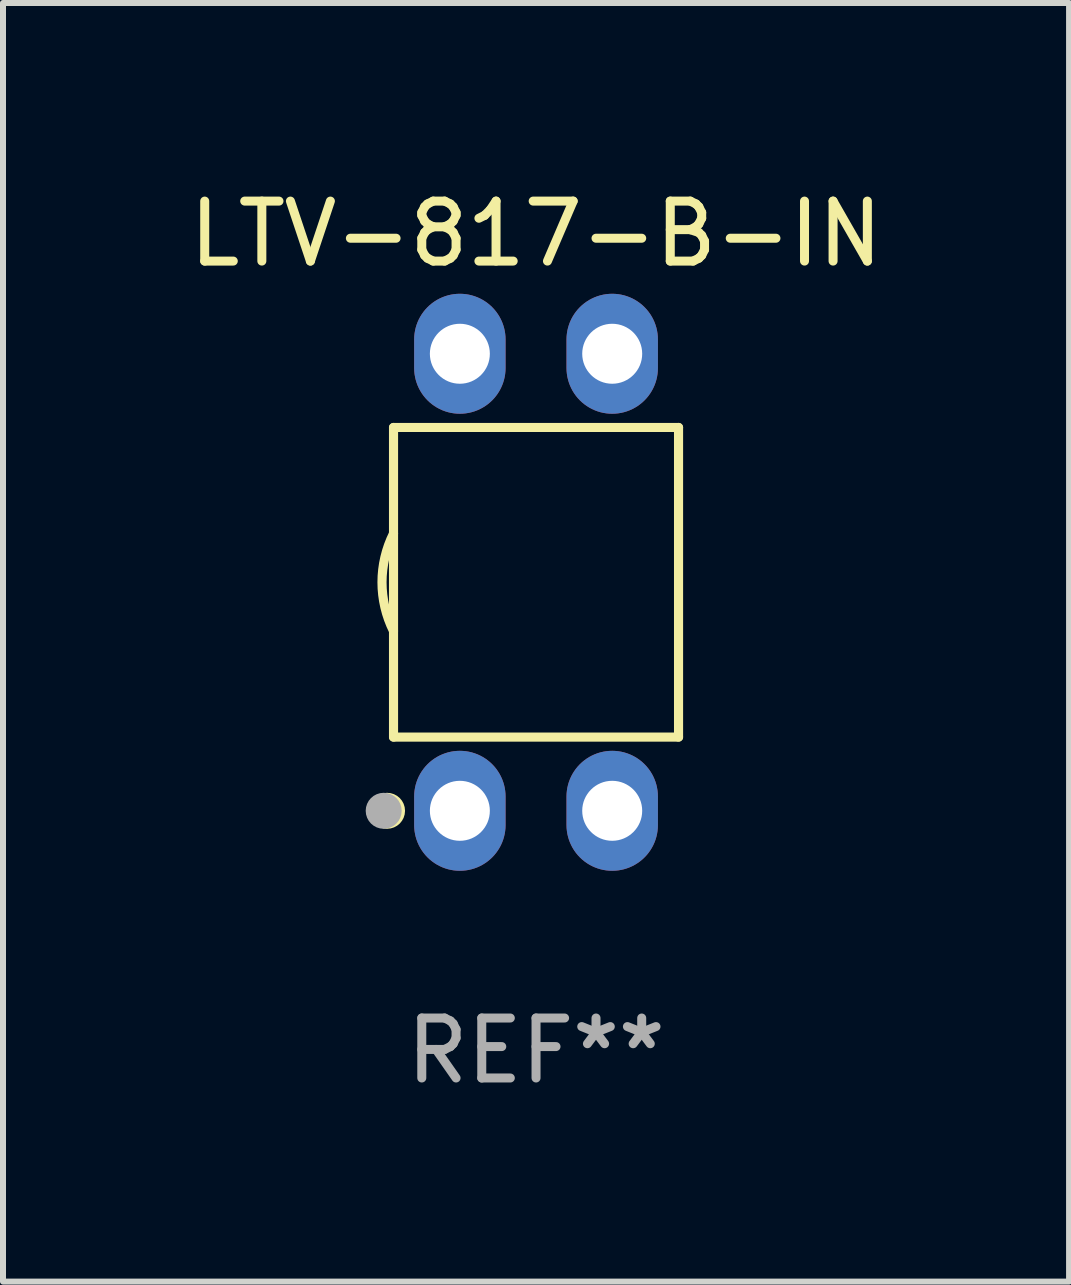
<source format=kicad_pcb>
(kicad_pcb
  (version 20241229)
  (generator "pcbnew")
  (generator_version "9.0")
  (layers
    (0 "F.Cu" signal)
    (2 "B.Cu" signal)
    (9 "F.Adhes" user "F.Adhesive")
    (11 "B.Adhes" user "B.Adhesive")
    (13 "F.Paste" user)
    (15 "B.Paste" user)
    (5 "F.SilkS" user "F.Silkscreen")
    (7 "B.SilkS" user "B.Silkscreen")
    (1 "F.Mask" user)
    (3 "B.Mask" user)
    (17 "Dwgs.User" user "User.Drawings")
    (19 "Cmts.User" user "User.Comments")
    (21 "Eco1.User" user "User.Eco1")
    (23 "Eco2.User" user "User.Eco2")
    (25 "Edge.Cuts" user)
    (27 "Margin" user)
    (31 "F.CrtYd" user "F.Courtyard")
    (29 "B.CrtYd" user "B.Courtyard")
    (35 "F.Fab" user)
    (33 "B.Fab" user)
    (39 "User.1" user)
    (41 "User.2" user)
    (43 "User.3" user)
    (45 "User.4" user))
  (footprint "LTV-817-B-IN"
    (layer "F.Cu")
    (at 5.887 6.658)
    (property "Reference" "LTV-817-B-IN" (at 0 -5.81 0) (layer "F.SilkS") (effects (font (size 1 1) (thickness 0.15))))
    (attr through_hole)
    (fp_line (start -2.376 -2.581) (end 2.376 -2.581) (stroke (width 0.152) (type solid)) (layer "F.SilkS"))
    (fp_line (start -2.376 2.581) (end -2.376 -2.581) (stroke (width 0.152) (type solid)) (layer "F.SilkS"))
    (fp_line (start 2.376 -2.581) (end 2.376 2.581) (stroke (width 0.152) (type solid)) (layer "F.SilkS"))
    (fp_line (start 2.376 2.581) (end -2.376 2.581) (stroke (width 0.152) (type solid)) (layer "F.SilkS"))
    (fp_arc (start -2.3762 0.812496) (mid -2.568004 0) (end -2.3762 -0.812497) (stroke (width 0.1524) (type solid)) (layer "F.SilkS"))
    (fp_circle (center -2.484 3.81) (end -2.334 3.81) (stroke (width 0.3) (type solid)) (fill no) (layer "F.SilkS"))
    (fp_circle (center -2.3 3.935) (end -2.27 3.935) (stroke (width 0.06) (type solid)) (fill no) (layer "F.SilkS"))
    (fp_circle (center -2.54 3.81) (end -2.39 3.81) (stroke (width 0.3) (type solid)) (fill no) (layer "F.Fab"))
    (fp_text user "REF**" (at 0 7.81 0) (layer "F.Fab") (effects (font (size 1 1) (thickness 0.15))))
    (pad "1" thru_hole oval (at -1.27 3.81) (size 1.524 2) (drill 1) (layers "*.Cu" "*.Mask"))
    (pad "2" thru_hole oval (at 1.27 3.81) (size 1.524 2) (drill 1) (layers "*.Cu" "*.Mask"))
    (pad "3" thru_hole oval (at 1.27 -3.81) (size 1.524 2) (drill 1) (layers "*.Cu" "*.Mask"))
    (pad "4" thru_hole oval (at -1.27 -3.81) (size 1.524 2) (drill 1) (layers "*.Cu" "*.Mask")))
  (gr_rect
    (start -3 -3)
    (end 14.774 18.317)
    (stroke (width 0.1) (type default))
    (fill no)
    (layer "Edge.Cuts")))
</source>
